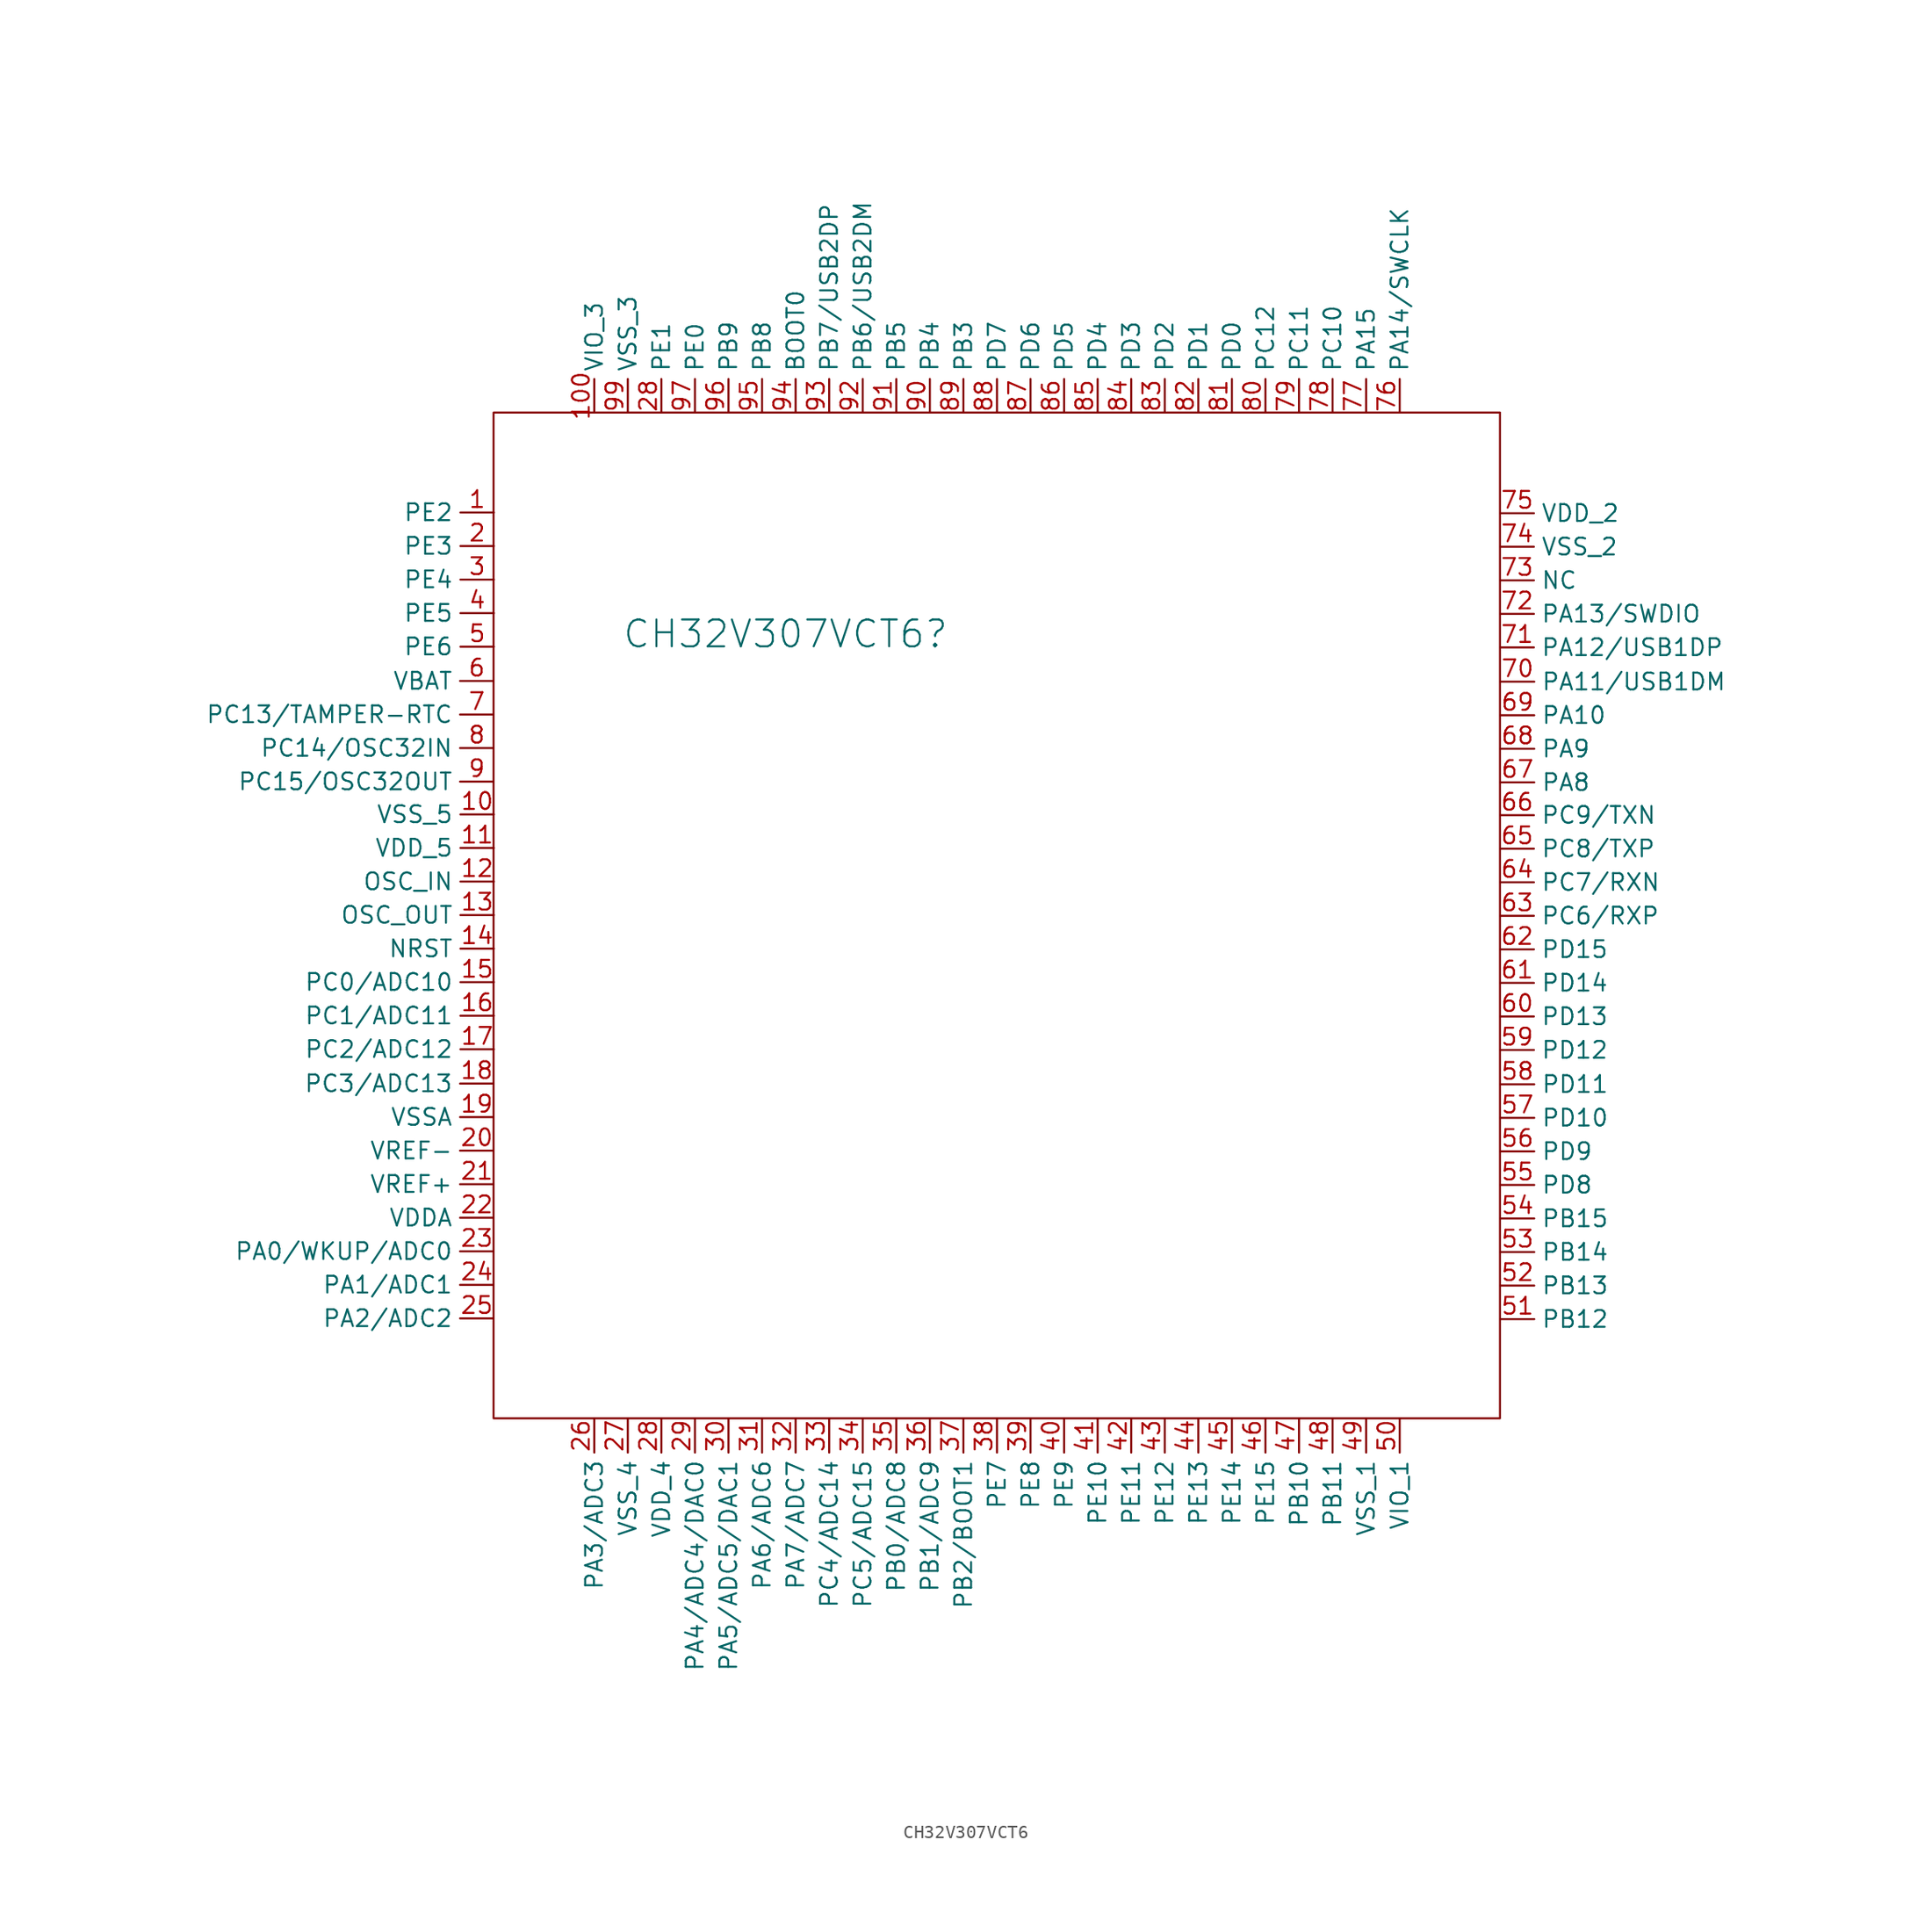
<source format=kicad_sym>
(kicad_symbol_lib
  (version 20231120)
  (generator "kicad_symbol_editor")
  (generator_version "8.0")
  (symbol "CH32V307VCT6"
    (property "Reference" "CH32V307VCT6"
      (at -16.002 21.336 0)
      (effects (font (size 2.032 2.032))))
    (property "Value" ""
      (at -29.182 24.186 0)
      (effects (font (size 1.27 1.27))))
    (symbol "CH32V307VCT6_0_1"
      (rectangle (start -38.1 38.1) (end 38.072 -38.044) (stroke (width 0) (type default)) (fill (type none))))
    (symbol "CH32V307VCT6_1_1"
      (pin bidirectional line (at -38.072 30.535 180) (length 2.54) (name "PE2" (effects (font (size 1.27 1.27)))) (number "1" (effects (font (size 1.27 1.27)))))
      (pin bidirectional line (at -38.072 7.676 180) (length 2.54) (name "VSS_5" (effects (font (size 1.27 1.27)))) (number "10" (effects (font (size 1.27 1.27)))))
      (pin bidirectional line (at -30.48 38.1 90) (length 2.54) (name "VIO_3" (effects (font (size 1.27 1.27)))) (number "100" (effects (font (size 1.27 1.27)))))
      (pin bidirectional line (at -38.072 5.136 180) (length 2.54) (name "VDD_5" (effects (font (size 1.27 1.27)))) (number "11" (effects (font (size 1.27 1.27)))))
      (pin bidirectional line (at -38.072 2.595 180) (length 2.54) (name "OSC_IN" (effects (font (size 1.27 1.27)))) (number "12" (effects (font (size 1.27 1.27)))))
      (pin bidirectional line (at -38.072 0.056 180) (length 2.54) (name "OSC_OUT" (effects (font (size 1.27 1.27)))) (number "13" (effects (font (size 1.27 1.27)))))
      (pin bidirectional line (at -38.072 -2.485 180) (length 2.54) (name "NRST" (effects (font (size 1.27 1.27)))) (number "14" (effects (font (size 1.27 1.27)))))
      (pin bidirectional line (at -38.072 -5.024 180) (length 2.54) (name "PC0/ADC10" (effects (font (size 1.27 1.27)))) (number "15" (effects (font (size 1.27 1.27)))))
      (pin bidirectional line (at -38.072 -7.564 180) (length 2.54) (name "PC1/ADC11" (effects (font (size 1.27 1.27)))) (number "16" (effects (font (size 1.27 1.27)))))
      (pin bidirectional line (at -38.072 -10.104 180) (length 2.54) (name "PC2/ADC12" (effects (font (size 1.27 1.27)))) (number "17" (effects (font (size 1.27 1.27)))))
      (pin bidirectional line (at -38.1 -12.7 180) (length 2.54) (name "PC3/ADC13" (effects (font (size 1.27 1.27)))) (number "18" (effects (font (size 1.27 1.27)))))
      (pin bidirectional line (at -38.1 -15.24 180) (length 2.54) (name "VSSA" (effects (font (size 1.27 1.27)))) (number "19" (effects (font (size 1.27 1.27)))))
      (pin bidirectional line (at -38.072 27.995 180) (length 2.54) (name "PE3" (effects (font (size 1.27 1.27)))) (number "2" (effects (font (size 1.27 1.27)))))
      (pin bidirectional line (at -38.1 -17.78 180) (length 2.54) (name "VREF-" (effects (font (size 1.27 1.27)))) (number "20" (effects (font (size 1.27 1.27)))))
      (pin bidirectional line (at -38.1 -20.32 180) (length 2.54) (name "VREF+" (effects (font (size 1.27 1.27)))) (number "21" (effects (font (size 1.27 1.27)))))
      (pin bidirectional line (at -38.1 -22.86 180) (length 2.54) (name "VDDA" (effects (font (size 1.27 1.27)))) (number "22" (effects (font (size 1.27 1.27)))))
      (pin bidirectional line (at -38.1 -25.4 180) (length 2.54) (name "PA0/WKUP/ADC0" (effects (font (size 1.27 1.27)))) (number "23" (effects (font (size 1.27 1.27)))))
      (pin bidirectional line (at -38.1 -27.94 180) (length 2.54) (name "PA1/ADC1" (effects (font (size 1.27 1.27)))) (number "24" (effects (font (size 1.27 1.27)))))
      (pin bidirectional line (at -38.1 -30.48 180) (length 2.54) (name "PA2/ADC2" (effects (font (size 1.27 1.27)))) (number "25" (effects (font (size 1.27 1.27)))))
      (pin bidirectional line (at -30.48 -38.1 270) (length 2.54) (name "PA3/ADC3" (effects (font (size 1.27 1.27)))) (number "26" (effects (font (size 1.27 1.27)))))
      (pin bidirectional line (at -27.94 -38.1 270) (length 2.54) (name "VSS_4" (effects (font (size 1.27 1.27)))) (number "27" (effects (font (size 1.27 1.27)))))
      (pin bidirectional line (at -25.4 38.1 90) (length 2.54) (name "PE1" (effects (font (size 1.27 1.27)))) (number "28" (effects (font (size 1.27 1.27)))))
      (pin bidirectional line (at -25.4 -38.1 270) (length 2.54) (name "VDD_4" (effects (font (size 1.27 1.27)))) (number "28" (effects (font (size 1.27 1.27)))))
      (pin bidirectional line (at -22.86 -38.1 270) (length 2.54) (name "PA4/ADC4/DAC0" (effects (font (size 1.27 1.27)))) (number "29" (effects (font (size 1.27 1.27)))))
      (pin bidirectional line (at -38.072 25.456 180) (length 2.54) (name "PE4" (effects (font (size 1.27 1.27)))) (number "3" (effects (font (size 1.27 1.27)))))
      (pin bidirectional line (at -20.32 -38.1 270) (length 2.54) (name "PA5/ADC5/DAC1" (effects (font (size 1.27 1.27)))) (number "30" (effects (font (size 1.27 1.27)))))
      (pin bidirectional line (at -17.78 -38.1 270) (length 2.54) (name "PA6/ADC6" (effects (font (size 1.27 1.27)))) (number "31" (effects (font (size 1.27 1.27)))))
      (pin bidirectional line (at -15.24 -38.1 270) (length 2.54) (name "PA7/ADC7" (effects (font (size 1.27 1.27)))) (number "32" (effects (font (size 1.27 1.27)))))
      (pin bidirectional line (at -12.7 -38.1 270) (length 2.54) (name "PC4/ADC14" (effects (font (size 1.27 1.27)))) (number "33" (effects (font (size 1.27 1.27)))))
      (pin bidirectional line (at -10.16 -38.1 270) (length 2.54) (name "PC5/ADC15" (effects (font (size 1.27 1.27)))) (number "34" (effects (font (size 1.27 1.27)))))
      (pin bidirectional line (at -7.62 -38.1 270) (length 2.54) (name "PB0/ADC8" (effects (font (size 1.27 1.27)))) (number "35" (effects (font (size 1.27 1.27)))))
      (pin bidirectional line (at -5.08 -38.1 270) (length 2.54) (name "PB1/ADC9" (effects (font (size 1.27 1.27)))) (number "36" (effects (font (size 1.27 1.27)))))
      (pin bidirectional line (at -2.54 -38.1 270) (length 2.54) (name "PB2/BOOT1" (effects (font (size 1.27 1.27)))) (number "37" (effects (font (size 1.27 1.27)))))
      (pin bidirectional line (at 0 -38.1 270) (length 2.54) (name "PE7" (effects (font (size 1.27 1.27)))) (number "38" (effects (font (size 1.27 1.27)))))
      (pin bidirectional line (at 2.54 -38.1 270) (length 2.54) (name "PE8" (effects (font (size 1.27 1.27)))) (number "39" (effects (font (size 1.27 1.27)))))
      (pin bidirectional line (at -38.072 22.916 180) (length 2.54) (name "PE5" (effects (font (size 1.27 1.27)))) (number "4" (effects (font (size 1.27 1.27)))))
      (pin bidirectional line (at 5.08 -38.1 270) (length 2.54) (name "PE9" (effects (font (size 1.27 1.27)))) (number "40" (effects (font (size 1.27 1.27)))))
      (pin bidirectional line (at 7.62 -38.1 270) (length 2.54) (name "PE10" (effects (font (size 1.27 1.27)))) (number "41" (effects (font (size 1.27 1.27)))))
      (pin bidirectional line (at 10.16 -38.1 270) (length 2.54) (name "PE11" (effects (font (size 1.27 1.27)))) (number "42" (effects (font (size 1.27 1.27)))))
      (pin bidirectional line (at 12.7 -38.1 270) (length 2.54) (name "PE12" (effects (font (size 1.27 1.27)))) (number "43" (effects (font (size 1.27 1.27)))))
      (pin bidirectional line (at 15.24 -38.1 270) (length 2.54) (name "PE13" (effects (font (size 1.27 1.27)))) (number "44" (effects (font (size 1.27 1.27)))))
      (pin bidirectional line (at 17.78 -38.1 270) (length 2.54) (name "PE14" (effects (font (size 1.27 1.27)))) (number "45" (effects (font (size 1.27 1.27)))))
      (pin bidirectional line (at 20.32 -38.1 270) (length 2.54) (name "PE15" (effects (font (size 1.27 1.27)))) (number "46" (effects (font (size 1.27 1.27)))))
      (pin bidirectional line (at 22.86 -38.1 270) (length 2.54) (name "PB10" (effects (font (size 1.27 1.27)))) (number "47" (effects (font (size 1.27 1.27)))))
      (pin bidirectional line (at 25.4 -38.1 270) (length 2.54) (name "PB11" (effects (font (size 1.27 1.27)))) (number "48" (effects (font (size 1.27 1.27)))))
      (pin bidirectional line (at 27.94 -38.1 270) (length 2.54) (name "VSS_1" (effects (font (size 1.27 1.27)))) (number "49" (effects (font (size 1.27 1.27)))))
      (pin bidirectional line (at -38.072 20.375 180) (length 2.54) (name "PE6" (effects (font (size 1.27 1.27)))) (number "5" (effects (font (size 1.27 1.27)))))
      (pin bidirectional line (at 30.48 -38.1 270) (length 2.54) (name "VIO_1" (effects (font (size 1.27 1.27)))) (number "50" (effects (font (size 1.27 1.27)))))
      (pin bidirectional line (at 38.128 -30.535 0) (length 2.54) (name "PB12" (effects (font (size 1.27 1.27)))) (number "51" (effects (font (size 1.27 1.27)))))
      (pin bidirectional line (at 38.128 -27.995 0) (length 2.54) (name "PB13" (effects (font (size 1.27 1.27)))) (number "52" (effects (font (size 1.27 1.27)))))
      (pin bidirectional line (at 38.128 -25.456 0) (length 2.54) (name "PB14" (effects (font (size 1.27 1.27)))) (number "53" (effects (font (size 1.27 1.27)))))
      (pin bidirectional line (at 38.128 -22.916 0) (length 2.54) (name "PB15" (effects (font (size 1.27 1.27)))) (number "54" (effects (font (size 1.27 1.27)))))
      (pin bidirectional line (at 38.128 -20.375 0) (length 2.54) (name "PD8" (effects (font (size 1.27 1.27)))) (number "55" (effects (font (size 1.27 1.27)))))
      (pin bidirectional line (at 38.128 -17.835 0) (length 2.54) (name "PD9" (effects (font (size 1.27 1.27)))) (number "56" (effects (font (size 1.27 1.27)))))
      (pin bidirectional line (at 38.128 -15.296 0) (length 2.54) (name "PD10" (effects (font (size 1.27 1.27)))) (number "57" (effects (font (size 1.27 1.27)))))
      (pin bidirectional line (at 38.128 -12.755 0) (length 2.54) (name "PD11" (effects (font (size 1.27 1.27)))) (number "58" (effects (font (size 1.27 1.27)))))
      (pin bidirectional line (at 38.1 -10.16 0) (length 2.54) (name "PD12" (effects (font (size 1.27 1.27)))) (number "59" (effects (font (size 1.27 1.27)))))
      (pin bidirectional line (at -38.1 17.78 180) (length 2.54) (name "VBAT" (effects (font (size 1.27 1.27)))) (number "6" (effects (font (size 1.27 1.27)))))
      (pin bidirectional line (at 38.1 -7.62 0) (length 2.54) (name "PD13" (effects (font (size 1.27 1.27)))) (number "60" (effects (font (size 1.27 1.27)))))
      (pin bidirectional line (at 38.1 -5.08 0) (length 2.54) (name "PD14" (effects (font (size 1.27 1.27)))) (number "61" (effects (font (size 1.27 1.27)))))
      (pin bidirectional line (at 38.1 -2.54 0) (length 2.54) (name "PD15" (effects (font (size 1.27 1.27)))) (number "62" (effects (font (size 1.27 1.27)))))
      (pin bidirectional line (at 38.1 0 0) (length 2.54) (name "PC6/RXP" (effects (font (size 1.27 1.27)))) (number "63" (effects (font (size 1.27 1.27)))))
      (pin bidirectional line (at 38.1 2.54 0) (length 2.54) (name "PC7/RXN" (effects (font (size 1.27 1.27)))) (number "64" (effects (font (size 1.27 1.27)))))
      (pin bidirectional line (at 38.1 5.08 0) (length 2.54) (name "PC8/TXP" (effects (font (size 1.27 1.27)))) (number "65" (effects (font (size 1.27 1.27)))))
      (pin bidirectional line (at 38.1 7.62 0) (length 2.54) (name "PC9/TXN" (effects (font (size 1.27 1.27)))) (number "66" (effects (font (size 1.27 1.27)))))
      (pin bidirectional line (at 38.128 10.104 0) (length 2.54) (name "PA8" (effects (font (size 1.27 1.27)))) (number "67" (effects (font (size 1.27 1.27)))))
      (pin bidirectional line (at 38.128 12.645 0) (length 2.54) (name "PA9" (effects (font (size 1.27 1.27)))) (number "68" (effects (font (size 1.27 1.27)))))
      (pin bidirectional line (at 38.128 15.184 0) (length 2.54) (name "PA10" (effects (font (size 1.27 1.27)))) (number "69" (effects (font (size 1.27 1.27)))))
      (pin bidirectional line (at -38.1 15.24 180) (length 2.54) (name "PC13/TAMPER-RTC" (effects (font (size 1.27 1.27)))) (number "7" (effects (font (size 1.27 1.27)))))
      (pin bidirectional line (at 38.128 17.724 0) (length 2.54) (name "PA11/USB1DM" (effects (font (size 1.27 1.27)))) (number "70" (effects (font (size 1.27 1.27)))))
      (pin bidirectional line (at 38.1 20.32 0) (length 2.54) (name "PA12/USB1DP" (effects (font (size 1.27 1.27)))) (number "71" (effects (font (size 1.27 1.27)))))
      (pin bidirectional line (at 38.1 22.86 0) (length 2.54) (name "PA13/SWDIO" (effects (font (size 1.27 1.27)))) (number "72" (effects (font (size 1.27 1.27)))))
      (pin bidirectional line (at 38.1 25.4 0) (length 2.54) (name "NC" (effects (font (size 1.27 1.27)))) (number "73" (effects (font (size 1.27 1.27)))))
      (pin bidirectional line (at 38.1 27.94 0) (length 2.54) (name "VSS_2" (effects (font (size 1.27 1.27)))) (number "74" (effects (font (size 1.27 1.27)))))
      (pin bidirectional line (at 38.1 30.48 0) (length 2.54) (name "VDD_2" (effects (font (size 1.27 1.27)))) (number "75" (effects (font (size 1.27 1.27)))))
      (pin bidirectional line (at 30.48 38.1 90) (length 2.54) (name "PA14/SWCLK" (effects (font (size 1.27 1.27)))) (number "76" (effects (font (size 1.27 1.27)))))
      (pin bidirectional line (at 27.94 38.1 90) (length 2.54) (name "PA15" (effects (font (size 1.27 1.27)))) (number "77" (effects (font (size 1.27 1.27)))))
      (pin bidirectional line (at 25.4 38.1 90) (length 2.54) (name "PC10" (effects (font (size 1.27 1.27)))) (number "78" (effects (font (size 1.27 1.27)))))
      (pin bidirectional line (at 22.86 38.1 90) (length 2.54) (name "PC11" (effects (font (size 1.27 1.27)))) (number "79" (effects (font (size 1.27 1.27)))))
      (pin bidirectional line (at -38.1 12.7 180) (length 2.54) (name "PC14/OSC32IN" (effects (font (size 1.27 1.27)))) (number "8" (effects (font (size 1.27 1.27)))))
      (pin bidirectional line (at 20.32 38.1 90) (length 2.54) (name "PC12" (effects (font (size 1.27 1.27)))) (number "80" (effects (font (size 1.27 1.27)))))
      (pin bidirectional line (at 17.78 38.1 90) (length 2.54) (name "PD0" (effects (font (size 1.27 1.27)))) (number "81" (effects (font (size 1.27 1.27)))))
      (pin bidirectional line (at 15.24 38.1 90) (length 2.54) (name "PD1" (effects (font (size 1.27 1.27)))) (number "82" (effects (font (size 1.27 1.27)))))
      (pin bidirectional line (at 12.7 38.1 90) (length 2.54) (name "PD2" (effects (font (size 1.27 1.27)))) (number "83" (effects (font (size 1.27 1.27)))))
      (pin bidirectional line (at 10.16 38.1 90) (length 2.54) (name "PD3" (effects (font (size 1.27 1.27)))) (number "84" (effects (font (size 1.27 1.27)))))
      (pin bidirectional line (at 7.62 38.1 90) (length 2.54) (name "PD4" (effects (font (size 1.27 1.27)))) (number "85" (effects (font (size 1.27 1.27)))))
      (pin bidirectional line (at 5.08 38.1 90) (length 2.54) (name "PD5" (effects (font (size 1.27 1.27)))) (number "86" (effects (font (size 1.27 1.27)))))
      (pin bidirectional line (at 2.54 38.1 90) (length 2.54) (name "PD6" (effects (font (size 1.27 1.27)))) (number "87" (effects (font (size 1.27 1.27)))))
      (pin bidirectional line (at 0 38.1 90) (length 2.54) (name "PD7" (effects (font (size 1.27 1.27)))) (number "88" (effects (font (size 1.27 1.27)))))
      (pin bidirectional line (at -2.54 38.1 90) (length 2.54) (name "PB3" (effects (font (size 1.27 1.27)))) (number "89" (effects (font (size 1.27 1.27)))))
      (pin bidirectional line (at -38.1 10.16 180) (length 2.54) (name "PC15/OSC32OUT" (effects (font (size 1.27 1.27)))) (number "9" (effects (font (size 1.27 1.27)))))
      (pin bidirectional line (at -5.08 38.1 90) (length 2.54) (name "PB4" (effects (font (size 1.27 1.27)))) (number "90" (effects (font (size 1.27 1.27)))))
      (pin bidirectional line (at -7.62 38.1 90) (length 2.54) (name "PB5" (effects (font (size 1.27 1.27)))) (number "91" (effects (font (size 1.27 1.27)))))
      (pin bidirectional line (at -10.16 38.1 90) (length 2.54) (name "PB6/USB2DM" (effects (font (size 1.27 1.27)))) (number "92" (effects (font (size 1.27 1.27)))))
      (pin bidirectional line (at -12.7 38.1 90) (length 2.54) (name "PB7/USB2DP" (effects (font (size 1.27 1.27)))) (number "93" (effects (font (size 1.27 1.27)))))
      (pin bidirectional line (at -15.24 38.1 90) (length 2.54) (name "BOOT0" (effects (font (size 1.27 1.27)))) (number "94" (effects (font (size 1.27 1.27)))))
      (pin bidirectional line (at -17.78 38.1 90) (length 2.54) (name "PB8" (effects (font (size 1.27 1.27)))) (number "95" (effects (font (size 1.27 1.27)))))
      (pin bidirectional line (at -20.32 38.1 90) (length 2.54) (name "PB9" (effects (font (size 1.27 1.27)))) (number "96" (effects (font (size 1.27 1.27)))))
      (pin bidirectional line (at -22.86 38.1 90) (length 2.54) (name "PE0" (effects (font (size 1.27 1.27)))) (number "97" (effects (font (size 1.27 1.27)))))
      (pin bidirectional line (at -27.94 38.1 90) (length 2.54) (name "VSS_3" (effects (font (size 1.27 1.27)))) (number "99" (effects (font (size 1.27 1.27))))))))
</source>
